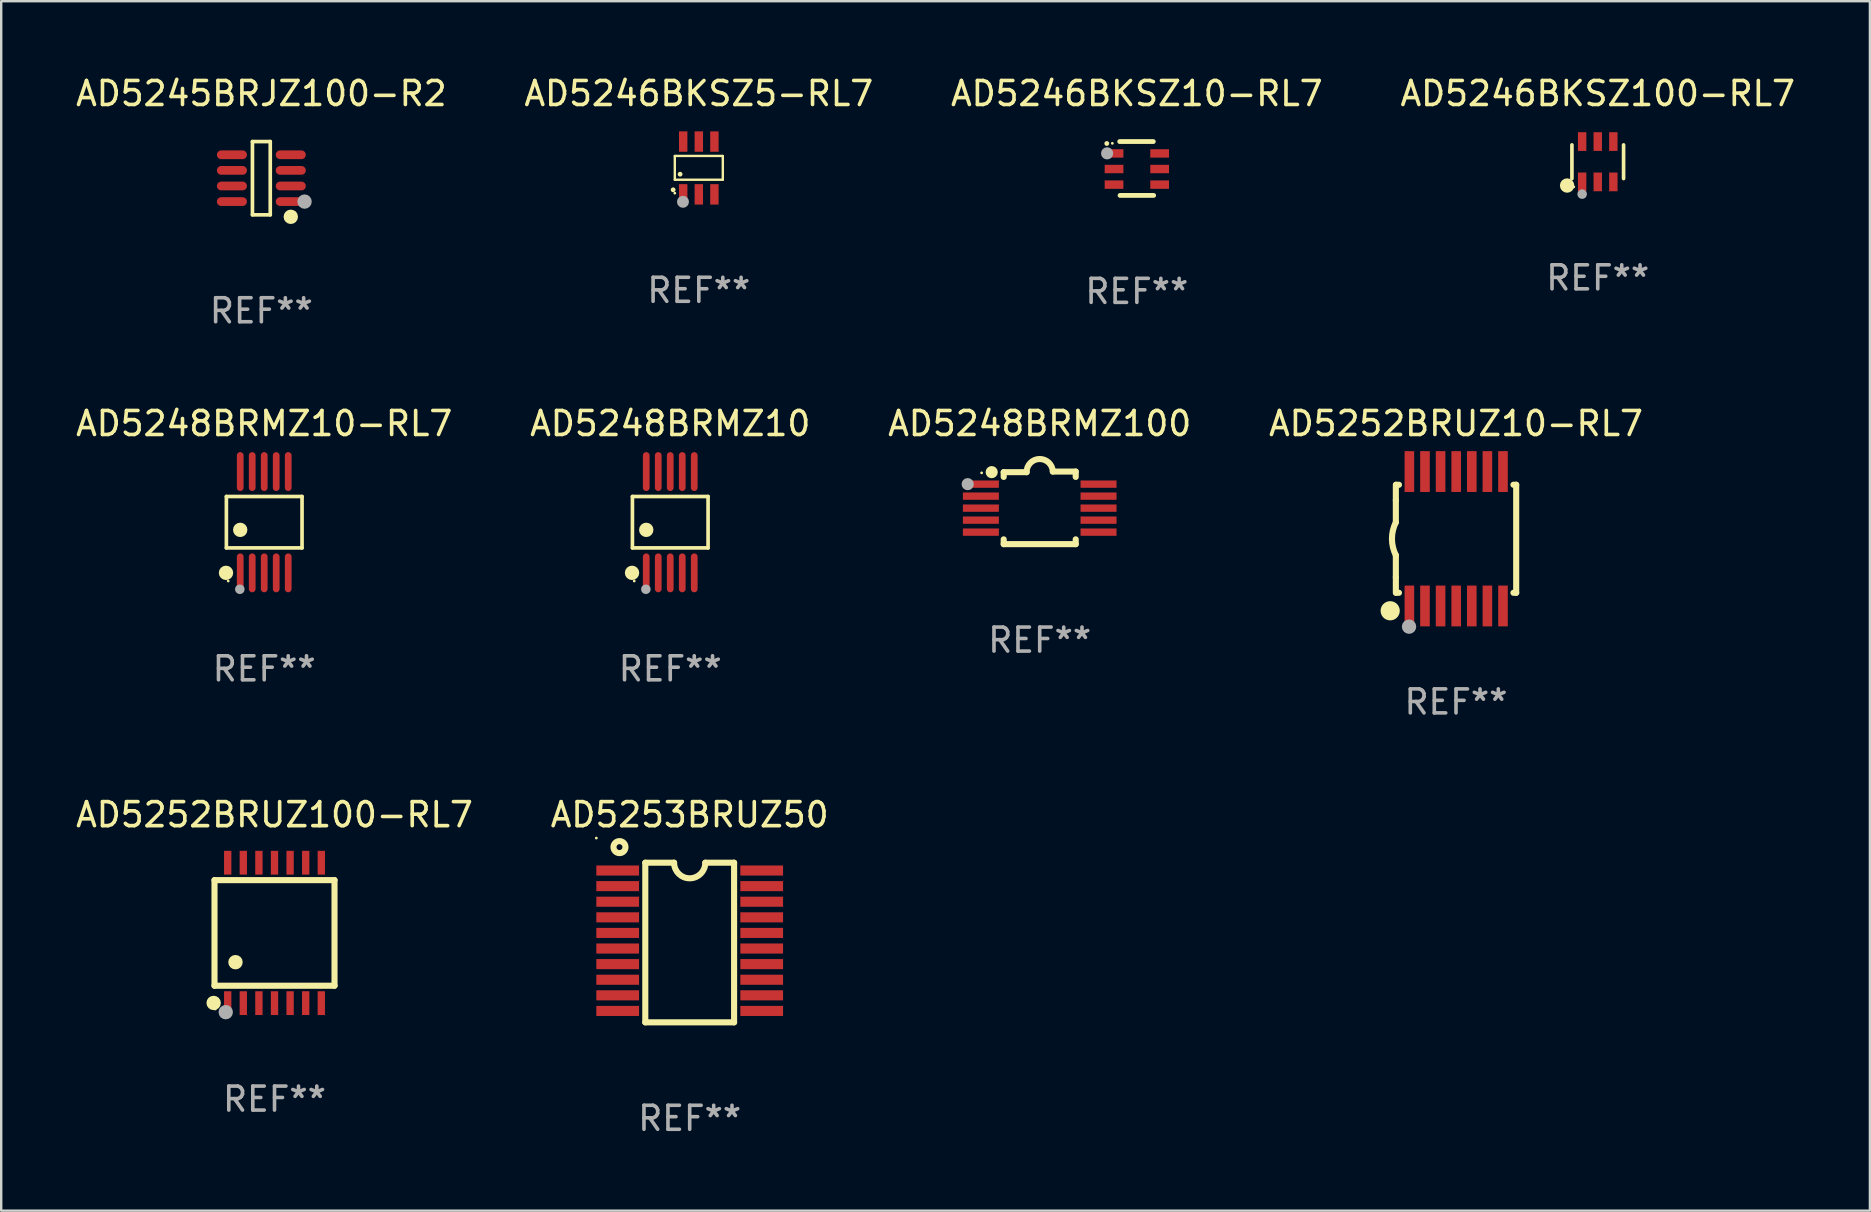
<source format=kicad_pcb>
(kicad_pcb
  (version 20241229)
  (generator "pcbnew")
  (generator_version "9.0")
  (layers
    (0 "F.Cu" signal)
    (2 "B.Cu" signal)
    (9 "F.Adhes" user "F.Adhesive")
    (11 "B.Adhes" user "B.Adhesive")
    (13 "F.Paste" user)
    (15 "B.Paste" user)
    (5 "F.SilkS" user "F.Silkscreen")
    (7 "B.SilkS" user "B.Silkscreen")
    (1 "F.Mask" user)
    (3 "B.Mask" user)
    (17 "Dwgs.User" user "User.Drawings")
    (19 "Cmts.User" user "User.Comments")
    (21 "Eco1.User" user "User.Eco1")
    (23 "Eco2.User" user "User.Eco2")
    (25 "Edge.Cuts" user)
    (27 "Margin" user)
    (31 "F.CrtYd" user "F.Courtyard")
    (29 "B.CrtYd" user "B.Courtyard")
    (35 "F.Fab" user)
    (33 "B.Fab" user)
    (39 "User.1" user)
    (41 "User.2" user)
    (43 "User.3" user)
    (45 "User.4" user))
  (footprint "AD5253BRUZ50"
    (layer "F.Cu")
    (at 25.685 36.219)
    (property "Reference" "AD5253BRUZ50" (at 0 -5.325 0) (layer "F.SilkS") (effects (font (size 1 1) (thickness 0.15))))
    (attr through_hole)
    (fp_line (start -1.85 -3.325) (end -0.65 -3.325) (stroke (width 0.254) (type solid)) (layer "F.SilkS"))
    (fp_line (start -1.85 3.325) (end -1.85 -3.325) (stroke (width 0.254) (type solid)) (layer "F.SilkS"))
    (fp_line (start 1.85 -3.325) (end 0.65 -3.325) (stroke (width 0.254) (type solid)) (layer "F.SilkS"))
    (fp_line (start 1.85 3.325) (end -1.85 3.325) (stroke (width 0.254) (type solid)) (layer "F.SilkS"))
    (fp_line (start 1.85 3.325) (end 1.85 -3.325) (stroke (width 0.254) (type solid)) (layer "F.SilkS"))
    (fp_arc (start 0.649987 -3.324981) (mid -0.000736 -2.676087) (end -0.65024 -3.326201) (stroke (width 0.254001) (type solid)) (layer "F.SilkS"))
    (fp_circle (center -3.89 -4.352) (end -3.86 -4.352) (stroke (width 0.06) (type solid)) (fill no) (layer "F.SilkS"))
    (fp_circle (center -2.925 -3.975) (end -2.675 -3.975) (stroke (width 0.254) (type solid)) (fill no) (layer "F.SilkS"))
    (fp_text user "REF**" (at 0 7.325 0) (layer "F.Fab") (effects (font (size 1 1) (thickness 0.15))))
    (pad "1" smd rect (at -3 -3) (size 1.78 0.42) (layers "F.Cu" "F.Mask" "F.Paste"))
    (pad "2" smd rect (at -3 -2.35) (size 1.78 0.42) (layers "F.Cu" "F.Mask" "F.Paste"))
    (pad "3" smd rect (at -3 -1.7) (size 1.78 0.42) (layers "F.Cu" "F.Mask" "F.Paste"))
    (pad "4" smd rect (at -3 -1.05) (size 1.78 0.42) (layers "F.Cu" "F.Mask" "F.Paste"))
    (pad "5" smd rect (at -3 -0.4) (size 1.78 0.42) (layers "F.Cu" "F.Mask" "F.Paste"))
    (pad "6" smd rect (at -3 0.25) (size 1.78 0.42) (layers "F.Cu" "F.Mask" "F.Paste"))
    (pad "7" smd rect (at -3 0.9) (size 1.78 0.42) (layers "F.Cu" "F.Mask" "F.Paste"))
    (pad "8" smd rect (at -3 1.55) (size 1.78 0.42) (layers "F.Cu" "F.Mask" "F.Paste"))
    (pad "9" smd rect (at -3 2.2) (size 1.78 0.42) (layers "F.Cu" "F.Mask" "F.Paste"))
    (pad "10" smd rect (at -3 2.85) (size 1.78 0.42) (layers "F.Cu" "F.Mask" "F.Paste"))
    (pad "11" smd rect (at 3 2.85) (size 1.78 0.42) (layers "F.Cu" "F.Mask" "F.Paste"))
    (pad "12" smd rect (at 3 2.2) (size 1.78 0.42) (layers "F.Cu" "F.Mask" "F.Paste"))
    (pad "13" smd rect (at 3 1.55) (size 1.78 0.42) (layers "F.Cu" "F.Mask" "F.Paste"))
    (pad "14" smd rect (at 3 0.9) (size 1.78 0.42) (layers "F.Cu" "F.Mask" "F.Paste"))
    (pad "15" smd rect (at 3 0.25) (size 1.78 0.42) (layers "F.Cu" "F.Mask" "F.Paste"))
    (pad "16" smd rect (at 3 -0.4) (size 1.78 0.42) (layers "F.Cu" "F.Mask" "F.Paste"))
    (pad "17" smd rect (at 3 -1.05) (size 1.78 0.42) (layers "F.Cu" "F.Mask" "F.Paste"))
    (pad "18" smd rect (at 3 -1.7) (size 1.78 0.42) (layers "F.Cu" "F.Mask" "F.Paste"))
    (pad "19" smd rect (at 3 -2.35) (size 1.78 0.42) (layers "F.Cu" "F.Mask" "F.Paste"))
    (pad "20" smd rect (at 3 -3) (size 1.78 0.42) (layers "F.Cu" "F.Mask" "F.Paste")))
  (footprint "AD5248BRMZ10"
    (layer "F.Cu")
    (at 24.875 18.707)
    (property "Reference" "AD5248BRMZ10" (at 0 -4.11 0) (layer "F.SilkS") (effects (font (size 1 1) (thickness 0.15))))
    (attr through_hole)
    (fp_line (start -1.576 -1.071) (end 1.576 -1.071) (stroke (width 0.152) (type solid)) (layer "F.SilkS"))
    (fp_line (start -1.576 1.071) (end -1.576 -1.071) (stroke (width 0.152) (type solid)) (layer "F.SilkS"))
    (fp_line (start 1.576 -1.071) (end 1.576 1.071) (stroke (width 0.152) (type solid)) (layer "F.SilkS"))
    (fp_line (start 1.576 1.071) (end -1.576 1.071) (stroke (width 0.152) (type solid)) (layer "F.SilkS"))
    (fp_circle (center -1.592 2.11) (end -1.442 2.11) (stroke (width 0.3) (type solid)) (fill no) (layer "F.SilkS"))
    (fp_circle (center -1.5 2.45) (end -1.47 2.45) (stroke (width 0.06) (type solid)) (fill no) (layer "F.SilkS"))
    (fp_circle (center -1 0.319) (end -0.85 0.319) (stroke (width 0.3) (type solid)) (fill no) (layer "F.SilkS"))
    (fp_circle (center -1.016 2.794) (end -0.916 2.794) (stroke (width 0.2) (type solid)) (fill no) (layer "F.Fab"))
    (fp_text user "REF**" (at 0 6.11 0) (layer "F.Fab") (effects (font (size 1 1) (thickness 0.15))))
    (pad "1" smd oval (at -1 2.11) (size 0.28 1.62) (layers "F.Cu" "F.Mask" "F.Paste"))
    (pad "2" smd oval (at -0.5 2.11) (size 0.28 1.62) (layers "F.Cu" "F.Mask" "F.Paste"))
    (pad "3" smd oval (at 0 2.11) (size 0.28 1.62) (layers "F.Cu" "F.Mask" "F.Paste"))
    (pad "4" smd oval (at 0.5 2.11) (size 0.28 1.62) (layers "F.Cu" "F.Mask" "F.Paste"))
    (pad "5" smd oval (at 1 2.11) (size 0.28 1.62) (layers "F.Cu" "F.Mask" "F.Paste"))
    (pad "6" smd oval (at 1 -2.11) (size 0.28 1.62) (layers "F.Cu" "F.Mask" "F.Paste"))
    (pad "7" smd oval (at 0.5 -2.11) (size 0.28 1.62) (layers "F.Cu" "F.Mask" "F.Paste"))
    (pad "8" smd oval (at 0 -2.11) (size 0.28 1.62) (layers "F.Cu" "F.Mask" "F.Paste"))
    (pad "9" smd oval (at -0.5 -2.11) (size 0.28 1.62) (layers "F.Cu" "F.Mask" "F.Paste"))
    (pad "10" smd oval (at -1 -2.11) (size 0.28 1.62) (layers "F.Cu" "F.Mask" "F.Paste")))
  (footprint "AD5248BRMZ100"
    (layer "F.Cu")
    (at 40.268 18.109)
    (property "Reference" "AD5248BRMZ100" (at 0 -3.512 0) (layer "F.SilkS") (effects (font (size 1 1) (thickness 0.15))))
    (attr through_hole)
    (fp_line (start -1.5 -1.288) (end -1.5 -1.487) (stroke (width 0.254) (type solid)) (layer "F.SilkS"))
    (fp_line (start -1.5 1.512) (end -1.5 1.312) (stroke (width 0.254) (type solid)) (layer "F.SilkS"))
    (fp_line (start -0.546 -1.487) (end -1.5 -1.487) (stroke (width 0.254) (type solid)) (layer "F.SilkS"))
    (fp_line (start 1.5 -1.512) (end 0.546 -1.512) (stroke (width 0.254) (type solid)) (layer "F.SilkS"))
    (fp_line (start 1.5 -1.288) (end 1.5 -1.512) (stroke (width 0.254) (type solid)) (layer "F.SilkS"))
    (fp_line (start 1.5 1.512) (end -1.5 1.512) (stroke (width 0.254) (type solid)) (layer "F.SilkS"))
    (fp_line (start 1.5 1.512) (end 1.5 1.312) (stroke (width 0.254) (type solid)) (layer "F.SilkS"))
    (fp_arc (start -0.546151 -1.486601) (mid -0.01246 -2.032889) (end 0.54605 -1.512002) (stroke (width 0.254001) (type solid)) (layer "F.SilkS"))
    (fp_circle (center -2.42 -1.458) (end -2.39 -1.458) (stroke (width 0.06) (type solid)) (fill no) (layer "F.SilkS"))
    (fp_circle (center -2 -1.488) (end -1.873 -1.488) (stroke (width 0.254) (type solid)) (fill no) (layer "F.SilkS"))
    (fp_circle (center -3 -0.988) (end -2.873 -0.988) (stroke (width 0.254) (type solid)) (fill no) (layer "F.Fab"))
    (fp_text user "REF**" (at 0 5.512 0) (layer "F.Fab") (effects (font (size 1 1) (thickness 0.15))))
    (pad "1" smd rect (at -2.451 -0.988) (size 1.5 0.305) (layers "F.Cu" "F.Mask" "F.Paste"))
    (pad "2" smd rect (at -2.451 -0.488) (size 1.5 0.305) (layers "F.Cu" "F.Mask" "F.Paste"))
    (pad "3" smd rect (at -2.451 0.012) (size 1.5 0.305) (layers "F.Cu" "F.Mask" "F.Paste"))
    (pad "4" smd rect (at -2.451 0.512) (size 1.5 0.305) (layers "F.Cu" "F.Mask" "F.Paste"))
    (pad "5" smd rect (at -2.451 1.012) (size 1.5 0.305) (layers "F.Cu" "F.Mask" "F.Paste"))
    (pad "6" smd rect (at 2.451 1.012) (size 1.5 0.305) (layers "F.Cu" "F.Mask" "F.Paste"))
    (pad "7" smd rect (at 2.451 0.512) (size 1.5 0.305) (layers "F.Cu" "F.Mask" "F.Paste"))
    (pad "8" smd rect (at 2.451 0.012) (size 1.5 0.305) (layers "F.Cu" "F.Mask" "F.Paste"))
    (pad "9" smd rect (at 2.451 -0.488) (size 1.5 0.305) (layers "F.Cu" "F.Mask" "F.Paste"))
    (pad "10" smd rect (at 2.451 -0.988) (size 1.5 0.305) (layers "F.Cu" "F.Mask" "F.Paste")))
  (footprint "AD5246BKSZ10-RL7"
    (layer "F.Cu")
    (at 44.315 3.97)
    (property "Reference" "AD5246BKSZ10-RL7" (at 0 -3.122 0) (layer "F.SilkS") (effects (font (size 1 1) (thickness 0.15))))
    (attr through_hole)
    (fp_line (start 0.686 -1.122) (end -0.714 -1.122) (stroke (width 0.2) (type solid)) (layer "F.SilkS"))
    (fp_line (start 0.7 1.122) (end -0.7 1.122) (stroke (width 0.2) (type solid)) (layer "F.SilkS"))
    (fp_arc (start -1.252273 -1.041897) (mid -1.252172 -1.041898) (end -1.25207 -1.041897) (stroke (width 0.2) (type solid)) (layer "F.SilkS"))
    (fp_circle (center -1.021 -1.049) (end -0.991 -1.049) (stroke (width 0.06) (type solid)) (fill no) (layer "F.SilkS"))
    (fp_circle (center -1.239 -0.631) (end -1.112 -0.631) (stroke (width 0.254) (type solid)) (fill no) (layer "F.Fab"))
    (fp_text user "REF**" (at 0 5.122 0) (layer "F.Fab") (effects (font (size 1 1) (thickness 0.15))))
    (pad "1" smd rect (at -0.95 -0.628 270) (size 0.35 0.78) (layers "F.Cu" "F.Mask" "F.Paste"))
    (pad "2" smd rect (at -0.95 0.022 270) (size 0.35 0.78) (layers "F.Cu" "F.Mask" "F.Paste"))
    (pad "3" smd rect (at -0.95 0.672 270) (size 0.35 0.78) (layers "F.Cu" "F.Mask" "F.Paste"))
    (pad "4" smd rect (at 0.95 0.672 90) (size 0.35 0.78) (layers "F.Cu" "F.Mask" "F.Paste"))
    (pad "5" smd rect (at 0.95 0.022 90) (size 0.35 0.78) (layers "F.Cu" "F.Mask" "F.Paste"))
    (pad "6" smd rect (at 0.95 -0.628 90) (size 0.35 0.78) (layers "F.Cu" "F.Mask" "F.Paste")))
  (footprint "AD5245BRJZ100-R2"
    (layer "F.Cu")
    (at 7.839 4.374)
    (property "Reference" "AD5245BRJZ100-R2" (at 0 -3.526 0) (layer "F.SilkS") (effects (font (size 1 1) (thickness 0.15))))
    (attr through_hole)
    (fp_line (start -0.371 -1.526) (end 0.371 -1.526) (stroke (width 0.152) (type solid)) (layer "F.SilkS"))
    (fp_line (start -0.371 1.526) (end -0.371 -1.526) (stroke (width 0.152) (type solid)) (layer "F.SilkS"))
    (fp_line (start 0.371 -1.526) (end 0.371 1.526) (stroke (width 0.152) (type solid)) (layer "F.SilkS"))
    (fp_line (start 0.371 1.526) (end -0.371 1.526) (stroke (width 0.152) (type solid)) (layer "F.SilkS"))
    (fp_circle (center 1.226 1.609) (end 1.376 1.609) (stroke (width 0.3) (type solid)) (fill no) (layer "F.SilkS"))
    (fp_circle (center 1.4 1.45) (end 1.43 1.45) (stroke (width 0.06) (type solid)) (fill no) (layer "F.SilkS"))
    (fp_circle (center 1.8 0.975) (end 1.95 0.975) (stroke (width 0.3) (type solid)) (fill no) (layer "F.Fab"))
    (fp_text user "REF**" (at 0 5.526 0) (layer "F.Fab") (effects (font (size 1 1) (thickness 0.15))))
    (pad "1" smd oval (at 1.226 0.975) (size 1.252 0.364) (layers "F.Cu" "F.Mask" "F.Paste"))
    (pad "2" smd oval (at 1.226 0.325) (size 1.252 0.364) (layers "F.Cu" "F.Mask" "F.Paste"))
    (pad "3" smd oval (at 1.226 -0.325) (size 1.252 0.364) (layers "F.Cu" "F.Mask" "F.Paste"))
    (pad "4" smd oval (at 1.226 -0.975) (size 1.252 0.364) (layers "F.Cu" "F.Mask" "F.Paste"))
    (pad "5" smd oval (at -1.226 -0.975) (size 1.252 0.364) (layers "F.Cu" "F.Mask" "F.Paste"))
    (pad "6" smd oval (at -1.226 -0.325) (size 1.252 0.364) (layers "F.Cu" "F.Mask" "F.Paste"))
    (pad "7" smd oval (at -1.226 0.325) (size 1.252 0.364) (layers "F.Cu" "F.Mask" "F.Paste"))
    (pad "8" smd oval (at -1.226 0.975) (size 1.252 0.364) (layers "F.Cu" "F.Mask" "F.Paste")))
  (footprint "AD5252BRUZ10-RL7"
    (layer "F.Cu")
    (at 57.613 19.397)
    (property "Reference" "AD5252BRUZ10-RL7" (at 0 -4.8 0) (layer "F.SilkS") (effects (font (size 1 1) (thickness 0.15))))
    (attr through_hole)
    (fp_line (start -2.507 -1.6) (end -2.507 -2.25) (stroke (width 0.254) (type solid)) (layer "F.SilkS"))
    (fp_line (start -2.507 -0.686) (end -2.507 -1.6) (stroke (width 0.254) (type solid)) (layer "F.SilkS"))
    (fp_line (start -2.507 1.6) (end -2.507 0.686) (stroke (width 0.254) (type solid)) (layer "F.SilkS"))
    (fp_line (start -2.507 1.6) (end -2.507 2.25) (stroke (width 0.254) (type solid)) (layer "F.SilkS"))
    (fp_line (start -2.493 -2.25) (end -2.377 -2.25) (stroke (width 0.254) (type solid)) (layer "F.SilkS"))
    (fp_line (start -2.377 2.25) (end -2.493 2.25) (stroke (width 0.254) (type solid)) (layer "F.SilkS"))
    (fp_line (start 2.392 -2.25) (end 2.507 -2.25) (stroke (width 0.254) (type solid)) (layer "F.SilkS"))
    (fp_line (start 2.507 -2.25) (end 2.507 2.25) (stroke (width 0.254) (type solid)) (layer "F.SilkS"))
    (fp_line (start 2.507 2.25) (end 2.392 2.25) (stroke (width 0.254) (type solid)) (layer "F.SilkS"))
    (fp_arc (start -2.507303 0.685802) (mid -2.669199 0) (end -2.507303 -0.685801) (stroke (width 0.254001) (type solid)) (layer "F.SilkS"))
    (fp_circle (center -2.743 3) (end -2.543 3) (stroke (width 0.4) (type solid)) (fill no) (layer "F.SilkS"))
    (fp_circle (center -2.493 3.2) (end -2.463 3.2) (stroke (width 0.06) (type solid)) (fill no) (layer "F.SilkS"))
    (fp_circle (center -1.957 3.662) (end -1.807 3.662) (stroke (width 0.3) (type solid)) (fill no) (layer "F.Fab"))
    (fp_text user "REF**" (at 0 6.8 0) (layer "F.Fab") (effects (font (size 1 1) (thickness 0.15))))
    (pad "1" smd rect (at -1.943 2.8) (size 0.4 1.7) (layers "F.Cu" "F.Mask" "F.Paste"))
    (pad "2" smd rect (at -1.293 2.8) (size 0.4 1.7) (layers "F.Cu" "F.Mask" "F.Paste"))
    (pad "3" smd rect (at -0.643 2.8) (size 0.4 1.7) (layers "F.Cu" "F.Mask" "F.Paste"))
    (pad "4" smd rect (at 0.007 2.8) (size 0.4 1.7) (layers "F.Cu" "F.Mask" "F.Paste"))
    (pad "5" smd rect (at 0.657 2.8) (size 0.4 1.7) (layers "F.Cu" "F.Mask" "F.Paste"))
    (pad "6" smd rect (at 1.307 2.8) (size 0.4 1.7) (layers "F.Cu" "F.Mask" "F.Paste"))
    (pad "7" smd rect (at 1.957 2.8) (size 0.4 1.7) (layers "F.Cu" "F.Mask" "F.Paste"))
    (pad "8" smd rect (at 1.957 -2.8) (size 0.4 1.7) (layers "F.Cu" "F.Mask" "F.Paste"))
    (pad "9" smd rect (at 1.307 -2.8) (size 0.4 1.7) (layers "F.Cu" "F.Mask" "F.Paste"))
    (pad "10" smd rect (at 0.657 -2.8) (size 0.4 1.7) (layers "F.Cu" "F.Mask" "F.Paste"))
    (pad "11" smd rect (at 0.007 -2.8) (size 0.4 1.7) (layers "F.Cu" "F.Mask" "F.Paste"))
    (pad "12" smd rect (at -0.643 -2.8) (size 0.4 1.7) (layers "F.Cu" "F.Mask" "F.Paste"))
    (pad "13" smd rect (at -1.293 -2.8) (size 0.4 1.7) (layers "F.Cu" "F.Mask" "F.Paste"))
    (pad "14" smd rect (at -1.943 -2.8) (size 0.4 1.7) (layers "F.Cu" "F.Mask" "F.Paste")))
  (footprint "AD5246BKSZ5-RL7"
    (layer "F.Cu")
    (at 26.065 3.948)
    (property "Reference" "AD5246BKSZ5-RL7" (at 0 -3.1 0) (layer "F.SilkS") (effects (font (size 1 1) (thickness 0.15))))
    (attr through_hole)
    (fp_line (start -1 -0.5) (end -1 0.49) (stroke (width 0.1) (type solid)) (layer "F.SilkS"))
    (fp_line (start -1 0.49) (end 1 0.49) (stroke (width 0.1) (type solid)) (layer "F.SilkS"))
    (fp_line (start 0.99 -0.5) (end -1 -0.5) (stroke (width 0.1) (type solid)) (layer "F.SilkS"))
    (fp_line (start 1 -0.49) (end 0.99 -0.5) (stroke (width 0.1) (type solid)) (layer "F.SilkS"))
    (fp_line (start 1 0.49) (end 1 -0.49) (stroke (width 0.1) (type solid)) (layer "F.SilkS"))
    (fp_circle (center -1.07 0.91) (end -1.02 0.91) (stroke (width 0.1) (type solid)) (fill no) (layer "F.SilkS"))
    (fp_circle (center -1 1.05) (end -0.97 1.05) (stroke (width 0.06) (type solid)) (fill no) (layer "F.SilkS"))
    (fp_circle (center -0.78 0.26) (end -0.73 0.26) (stroke (width 0.1) (type solid)) (fill no) (layer "F.SilkS"))
    (fp_circle (center -0.66 1.41) (end -0.535 1.41) (stroke (width 0.25) (type solid)) (fill no) (layer "F.Fab"))
    (fp_text user "REF**" (at 0 5.1 0) (layer "F.Fab") (effects (font (size 1 1) (thickness 0.15))))
    (pad "1" smd rect (at -0.65 1.1) (size 0.35 0.85) (layers "F.Cu" "F.Mask" "F.Paste"))
    (pad "2" smd rect (at 0 1.1) (size 0.35 0.85) (layers "F.Cu" "F.Mask" "F.Paste"))
    (pad "3" smd rect (at 0.65 1.1) (size 0.35 0.85) (layers "F.Cu" "F.Mask" "F.Paste"))
    (pad "4" smd rect (at 0.65 -1.1) (size 0.35 0.85) (layers "F.Cu" "F.Mask" "F.Paste"))
    (pad "5" smd rect (at 0 -1.1) (size 0.35 0.85) (layers "F.Cu" "F.Mask" "F.Paste"))
    (pad "6" smd rect (at -0.65 -1.1) (size 0.35 0.85) (layers "F.Cu" "F.Mask" "F.Paste")))
  (footprint "AD5248BRMZ10-RL7"
    (layer "F.Cu")
    (at 7.958 18.707)
    (property "Reference" "AD5248BRMZ10-RL7" (at 0 -4.11 0) (layer "F.SilkS") (effects (font (size 1 1) (thickness 0.15))))
    (attr through_hole)
    (fp_line (start -1.576 -1.071) (end 1.576 -1.071) (stroke (width 0.152) (type solid)) (layer "F.SilkS"))
    (fp_line (start -1.576 1.071) (end -1.576 -1.071) (stroke (width 0.152) (type solid)) (layer "F.SilkS"))
    (fp_line (start 1.576 -1.071) (end 1.576 1.071) (stroke (width 0.152) (type solid)) (layer "F.SilkS"))
    (fp_line (start 1.576 1.071) (end -1.576 1.071) (stroke (width 0.152) (type solid)) (layer "F.SilkS"))
    (fp_circle (center -1.592 2.11) (end -1.442 2.11) (stroke (width 0.3) (type solid)) (fill no) (layer "F.SilkS"))
    (fp_circle (center -1.5 2.45) (end -1.47 2.45) (stroke (width 0.06) (type solid)) (fill no) (layer "F.SilkS"))
    (fp_circle (center -1 0.319) (end -0.85 0.319) (stroke (width 0.3) (type solid)) (fill no) (layer "F.SilkS"))
    (fp_circle (center -1.016 2.794) (end -0.916 2.794) (stroke (width 0.2) (type solid)) (fill no) (layer "F.Fab"))
    (fp_text user "REF**" (at 0 6.11 0) (layer "F.Fab") (effects (font (size 1 1) (thickness 0.15))))
    (pad "1" smd oval (at -1 2.11) (size 0.28 1.62) (layers "F.Cu" "F.Mask" "F.Paste"))
    (pad "2" smd oval (at -0.5 2.11) (size 0.28 1.62) (layers "F.Cu" "F.Mask" "F.Paste"))
    (pad "3" smd oval (at 0 2.11) (size 0.28 1.62) (layers "F.Cu" "F.Mask" "F.Paste"))
    (pad "4" smd oval (at 0.5 2.11) (size 0.28 1.62) (layers "F.Cu" "F.Mask" "F.Paste"))
    (pad "5" smd oval (at 1 2.11) (size 0.28 1.62) (layers "F.Cu" "F.Mask" "F.Paste"))
    (pad "6" smd oval (at 1 -2.11) (size 0.28 1.62) (layers "F.Cu" "F.Mask" "F.Paste"))
    (pad "7" smd oval (at 0.5 -2.11) (size 0.28 1.62) (layers "F.Cu" "F.Mask" "F.Paste"))
    (pad "8" smd oval (at 0 -2.11) (size 0.28 1.62) (layers "F.Cu" "F.Mask" "F.Paste"))
    (pad "9" smd oval (at -0.5 -2.11) (size 0.28 1.62) (layers "F.Cu" "F.Mask" "F.Paste"))
    (pad "10" smd oval (at -1 -2.11) (size 0.28 1.62) (layers "F.Cu" "F.Mask" "F.Paste")))
  (footprint "AD5246BKSZ100-RL7"
    (layer "F.Cu")
    (at 63.518 3.688)
    (property "Reference" "AD5246BKSZ100-RL7" (at 0 -2.84 0) (layer "F.SilkS") (effects (font (size 1 1) (thickness 0.15))))
    (attr through_hole)
    (fp_line (start -1.076 0.701) (end -1.076 -0.701) (stroke (width 0.152) (type solid)) (layer "F.SilkS"))
    (fp_line (start 1.076 0.701) (end 1.076 -0.701) (stroke (width 0.152) (type solid)) (layer "F.SilkS"))
    (fp_circle (center -1.277 0.992) (end -1.127 0.992) (stroke (width 0.3) (type solid)) (fill no) (layer "F.SilkS"))
    (fp_circle (center -1 1.05) (end -0.97 1.05) (stroke (width 0.06) (type solid)) (fill no) (layer "F.SilkS"))
    (fp_circle (center -0.65 1.35) (end -0.55 1.35) (stroke (width 0.2) (type solid)) (fill no) (layer "F.Fab"))
    (fp_text user "REF**" (at 0 4.84 0) (layer "F.Fab") (effects (font (size 1 1) (thickness 0.15))))
    (pad "1" smd rect (at -0.65 0.84) (size 0.35 0.78) (layers "F.Cu" "F.Mask" "F.Paste"))
    (pad "2" smd rect (at 0 0.84) (size 0.35 0.78) (layers "F.Cu" "F.Mask" "F.Paste"))
    (pad "3" smd rect (at 0.65 0.84) (size 0.35 0.78) (layers "F.Cu" "F.Mask" "F.Paste"))
    (pad "4" smd rect (at 0.65 -0.84) (size 0.35 0.78) (layers "F.Cu" "F.Mask" "F.Paste"))
    (pad "5" smd rect (at 0 -0.84) (size 0.35 0.78) (layers "F.Cu" "F.Mask" "F.Paste"))
    (pad "6" smd rect (at -0.65 -0.84) (size 0.35 0.78) (layers "F.Cu" "F.Mask" "F.Paste")))
  (footprint "AD5252BRUZ100-RL7"
    (layer "F.Cu")
    (at 8.387 35.819)
    (property "Reference" "AD5252BRUZ100-RL7" (at 0 -4.925 0) (layer "F.SilkS") (effects (font (size 1 1) (thickness 0.15))))
    (attr through_hole)
    (fp_line (start -2.5 2.2) (end -2.5 -2.2) (stroke (width 0.254) (type solid)) (layer "F.SilkS"))
    (fp_line (start -2.5 2.2) (end 2.5 2.2) (stroke (width 0.254) (type solid)) (layer "F.SilkS"))
    (fp_line (start 2.5 -2.2) (end -2.5 -2.2) (stroke (width 0.254) (type solid)) (layer "F.SilkS"))
    (fp_line (start 2.5 -2.2) (end 2.5 2.2) (stroke (width 0.254) (type solid)) (layer "F.SilkS"))
    (fp_circle (center -2.536 2.917) (end -2.386 2.917) (stroke (width 0.3) (type solid)) (fill no) (layer "F.SilkS"))
    (fp_circle (center -2.47 3.17) (end -2.44 3.17) (stroke (width 0.06) (type solid)) (fill no) (layer "F.SilkS"))
    (fp_circle (center -1.626 1.219) (end -1.475 1.219) (stroke (width 0.3) (type solid)) (fill no) (layer "F.SilkS"))
    (fp_circle (center -2.032 3.302) (end -1.882 3.302) (stroke (width 0.3) (type solid)) (fill no) (layer "F.Fab"))
    (fp_text user "REF**" (at 0 6.925 0) (layer "F.Fab") (effects (font (size 1 1) (thickness 0.15))))
    (pad "1" smd rect (at -1.95 2.925) (size 0.305 0.991) (layers "F.Cu" "F.Mask" "F.Paste"))
    (pad "2" smd rect (at -1.3 2.925) (size 0.305 0.991) (layers "F.Cu" "F.Mask" "F.Paste"))
    (pad "3" smd rect (at -0.65 2.925) (size 0.305 0.991) (layers "F.Cu" "F.Mask" "F.Paste"))
    (pad "4" smd rect (at 0 2.925) (size 0.305 0.991) (layers "F.Cu" "F.Mask" "F.Paste"))
    (pad "5" smd rect (at 0.65 2.925) (size 0.305 0.991) (layers "F.Cu" "F.Mask" "F.Paste"))
    (pad "6" smd rect (at 1.3 2.925) (size 0.305 0.991) (layers "F.Cu" "F.Mask" "F.Paste"))
    (pad "7" smd rect (at 1.95 2.925) (size 0.305 0.991) (layers "F.Cu" "F.Mask" "F.Paste"))
    (pad "8" smd rect (at 1.95 -2.925) (size 0.305 0.991) (layers "F.Cu" "F.Mask" "F.Paste"))
    (pad "9" smd rect (at 1.3 -2.925) (size 0.305 0.991) (layers "F.Cu" "F.Mask" "F.Paste"))
    (pad "10" smd rect (at 0.65 -2.925) (size 0.305 0.991) (layers "F.Cu" "F.Mask" "F.Paste"))
    (pad "11" smd rect (at 0 -2.925) (size 0.305 0.991) (layers "F.Cu" "F.Mask" "F.Paste"))
    (pad "12" smd rect (at -0.65 -2.925) (size 0.305 0.991) (layers "F.Cu" "F.Mask" "F.Paste"))
    (pad "13" smd rect (at -1.3 -2.925) (size 0.305 0.991) (layers "F.Cu" "F.Mask" "F.Paste"))
    (pad "14" smd rect (at -1.95 -2.925) (size 0.305 0.991) (layers "F.Cu" "F.Mask" "F.Paste")))
  (gr_rect
    (start -3 -3)
    (end 74.857 47.392)
    (stroke (width 0.1) (type default))
    (fill no)
    (layer "Edge.Cuts")))
</source>
